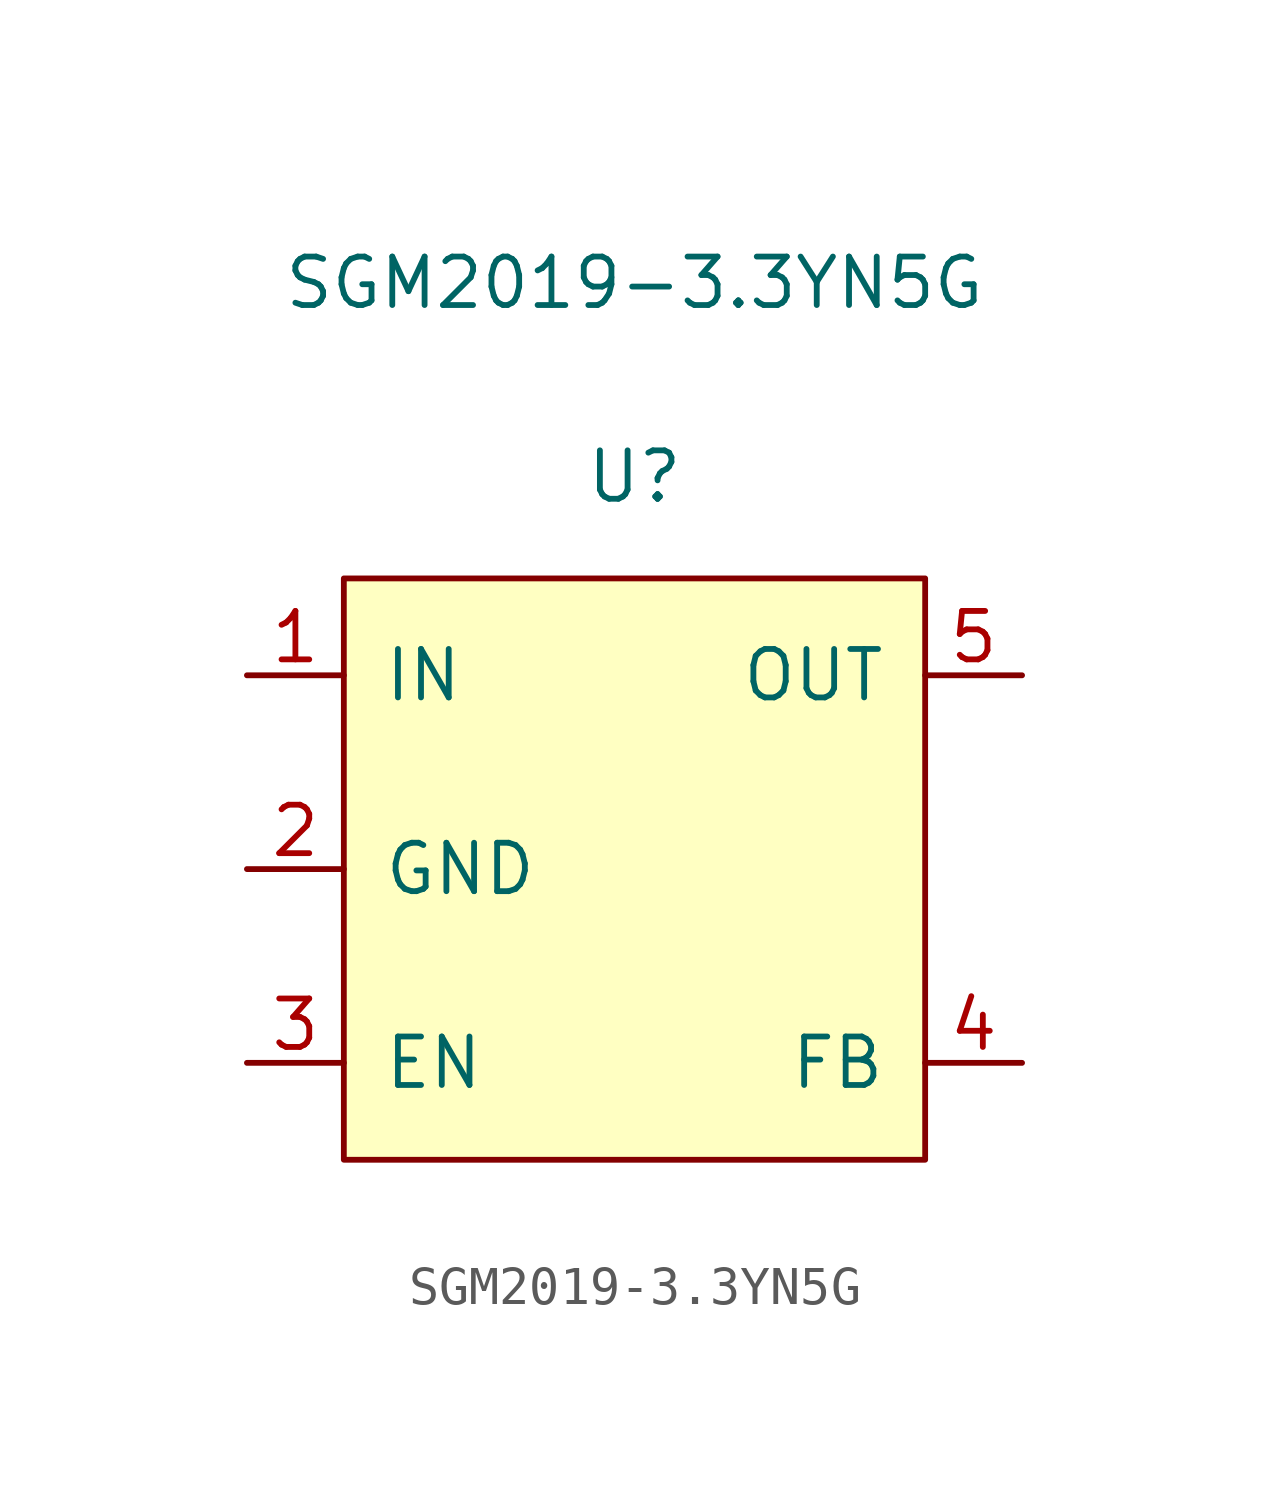
<source format=kicad_sym>
(kicad_symbol_lib
  (version 20220914)
  (generator kicad_symbol_editor)
  (symbol "SGM2019-3.3YN5G"
    (pin_names
      (offset 1.016))
    (property "Reference" "U"
      (at 0 10.287 0)
      (effects (font (size 1.27 1.27))))
    (property "Value" "SGM2019-3.3YN5G"
      (at 0 15.367 0)
      (effects (font (size 1.27 1.27))))
    (symbol "SGM2019-3.3YN5G_1_1"
      (polyline (pts (xy -7.62 7.62) (xy -7.62 -7.62) (xy 7.62 -7.62) (xy 7.62 7.62) (xy -7.62 7.62)) (stroke (width 0.152) (type solid)) (fill (type background)))
      (pin input line (at -10.16 5.08 0) (length 2.54) (name "IN" (effects (font (size 1.27 1.27)))) (number "1" (effects (font (size 1.27 1.27)))))
      (pin input line (at -10.16 0 0) (length 2.54) (name "GND" (effects (font (size 1.27 1.27)))) (number "2" (effects (font (size 1.27 1.27)))))
      (pin input line (at -10.16 -5.08 0) (length 2.54) (name "EN" (effects (font (size 1.27 1.27)))) (number "3" (effects (font (size 1.27 1.27)))))
      (pin input line (at 10.16 -5.08 180) (length 2.54) (name "FB" (effects (font (size 1.27 1.27)))) (number "4" (effects (font (size 1.27 1.27)))))
      (pin input line (at 10.16 5.08 180) (length 2.54) (name "OUT" (effects (font (size 1.27 1.27)))) (number "5" (effects (font (size 1.27 1.27))))))))
</source>
